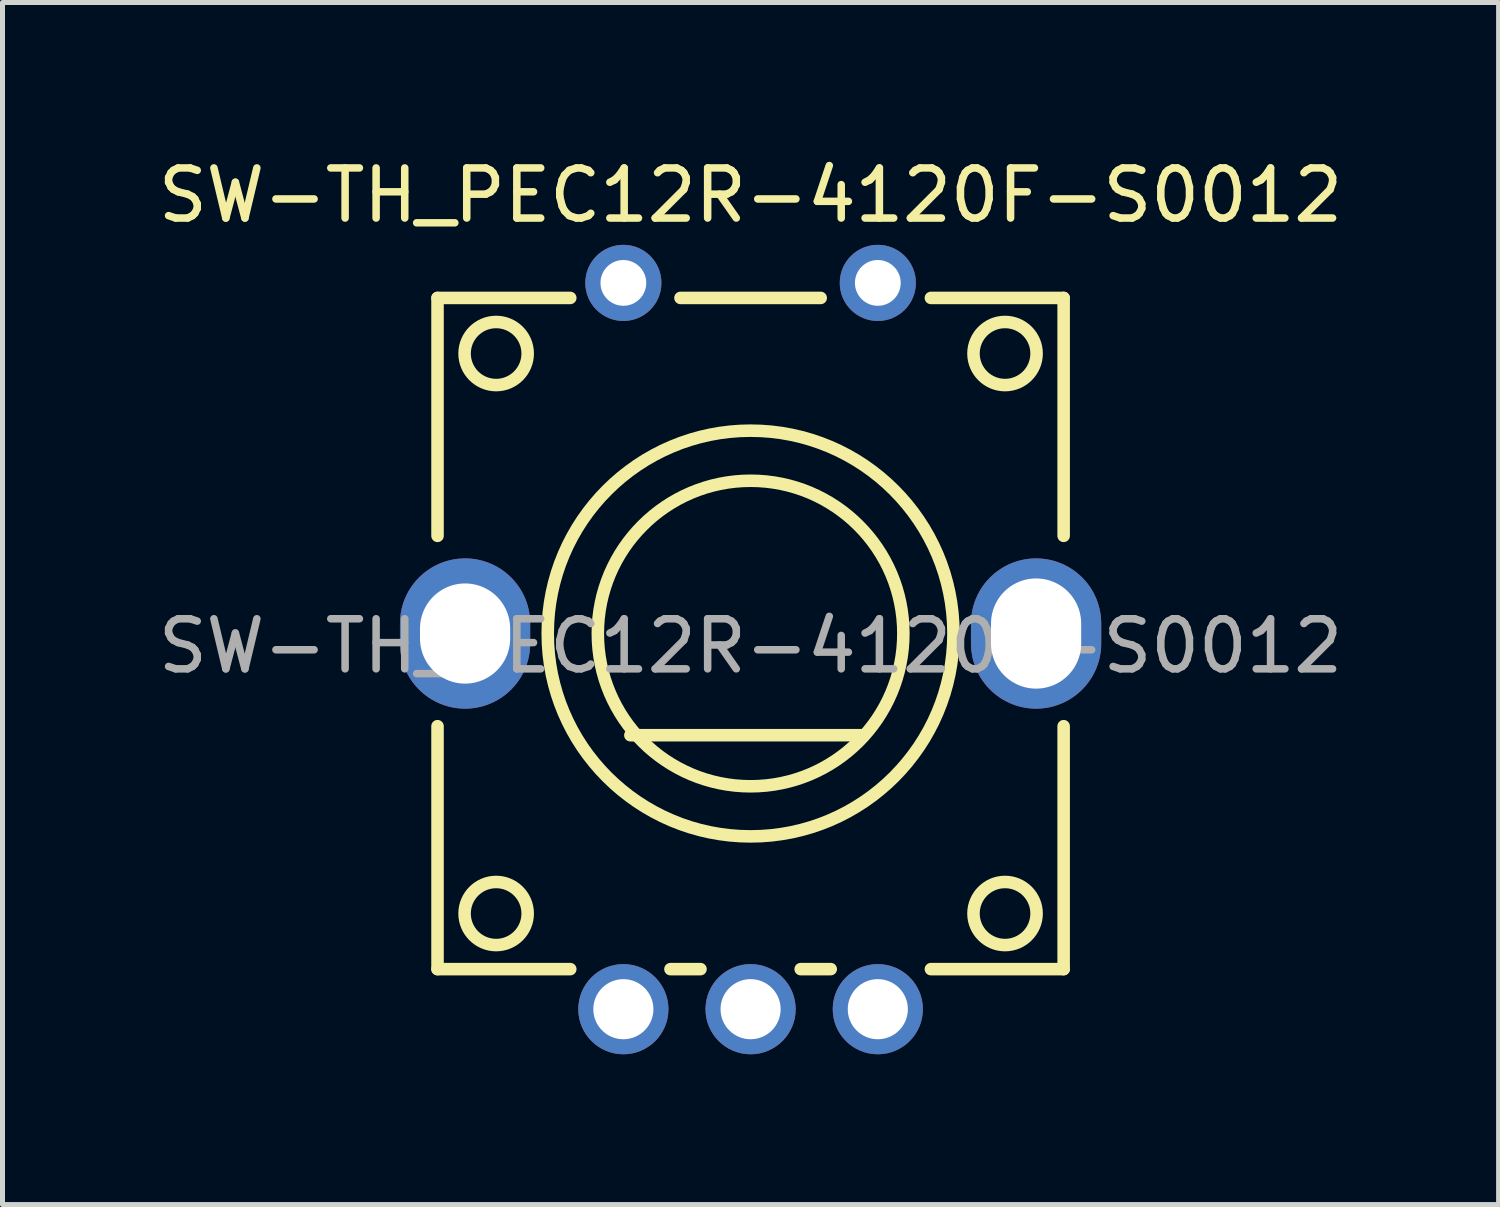
<source format=kicad_pcb>
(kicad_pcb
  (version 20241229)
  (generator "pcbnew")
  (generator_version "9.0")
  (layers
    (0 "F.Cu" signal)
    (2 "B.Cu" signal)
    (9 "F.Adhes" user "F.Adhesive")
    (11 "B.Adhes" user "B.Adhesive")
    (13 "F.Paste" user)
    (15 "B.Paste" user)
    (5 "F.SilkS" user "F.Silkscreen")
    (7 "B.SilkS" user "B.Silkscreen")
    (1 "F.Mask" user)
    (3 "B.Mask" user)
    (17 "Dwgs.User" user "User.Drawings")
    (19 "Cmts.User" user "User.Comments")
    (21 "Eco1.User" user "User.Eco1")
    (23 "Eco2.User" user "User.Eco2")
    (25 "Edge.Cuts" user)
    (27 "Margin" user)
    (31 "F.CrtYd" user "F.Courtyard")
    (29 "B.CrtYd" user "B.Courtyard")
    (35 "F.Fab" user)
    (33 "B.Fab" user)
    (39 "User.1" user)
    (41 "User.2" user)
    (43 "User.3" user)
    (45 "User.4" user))
  (footprint "SW-TH_PEC12R-4120F-S0012"
    (layer "F.Cu")
    (at 11.935 9.848)
    (property "Reference" "SW-TH_PEC12R-4120F-S0012" (at 0 -9 0) (layer "F.SilkS") (effects (font (size 1 1) (thickness 0.15))))
    (attr through_hole)
    (fp_line (start -6.25 -6.95) (end -6.25 -2.2) (stroke (width 0.25) (type solid)) (layer "F.SilkS"))
    (fp_line (start -6.25 -6.95) (end -3.6 -6.95) (stroke (width 0.25) (type solid)) (layer "F.SilkS"))
    (fp_line (start -6.25 1.6) (end -6.25 6.45) (stroke (width 0.25) (type solid)) (layer "F.SilkS"))
    (fp_line (start -6.25 6.45) (end -3.6 6.45) (stroke (width 0.25) (type solid)) (layer "F.SilkS"))
    (fp_line (start -2.4 1.78) (end 2.2 1.78) (stroke (width 0.25) (type solid)) (layer "F.SilkS"))
    (fp_line (start -1.6 6.45) (end -1 6.45) (stroke (width 0.25) (type solid)) (layer "F.SilkS"))
    (fp_line (start -1.4 -6.95) (end 1.4 -6.95) (stroke (width 0.25) (type solid)) (layer "F.SilkS"))
    (fp_line (start 1 6.45) (end 1.6 6.45) (stroke (width 0.25) (type solid)) (layer "F.SilkS"))
    (fp_line (start 3.6 -6.95) (end 6.25 -6.95) (stroke (width 0.25) (type solid)) (layer "F.SilkS"))
    (fp_line (start 3.6 6.45) (end 6.25 6.45) (stroke (width 0.25) (type solid)) (layer "F.SilkS"))
    (fp_line (start 6.25 -6.95) (end 6.25 -2.2) (stroke (width 0.25) (type solid)) (layer "F.SilkS"))
    (fp_line (start 6.25 1.6) (end 6.25 6.45) (stroke (width 0.25) (type solid)) (layer "F.SilkS"))
    (fp_circle (center -5.08 -5.84) (end -4.45 -5.84) (stroke (width 0.25) (type solid)) (fill no) (layer "F.SilkS"))
    (fp_circle (center -5.08 5.34) (end -4.45 5.34) (stroke (width 0.25) (type solid)) (fill no) (layer "F.SilkS"))
    (fp_circle (center 0 -0.25) (end 3.05 -0.25) (stroke (width 0.25) (type solid)) (fill no) (layer "F.SilkS"))
    (fp_circle (center 0 -0.25) (end 4.05 -0.25) (stroke (width 0.25) (type solid)) (fill no) (layer "F.SilkS"))
    (fp_circle (center 5.08 -5.84) (end 5.71 -5.84) (stroke (width 0.25) (type solid)) (fill no) (layer "F.SilkS"))
    (fp_circle (center 5.08 5.34) (end 5.71 5.34) (stroke (width 0.25) (type solid)) (fill no) (layer "F.SilkS"))
    (fp_circle (center -2.54 -7.25) (end -2.36 -7.25) (stroke (width 0.36) (type solid)) (fill no) (layer "F.Fab"))
    (fp_circle (center -2.54 7.25) (end -2.29 7.25) (stroke (width 0.5) (type solid)) (fill no) (layer "F.Fab"))
    (fp_circle (center 0 7.25) (end 0.25 7.25) (stroke (width 0.5) (type solid)) (fill no) (layer "F.Fab"))
    (fp_circle (center 2.54 -7.25) (end 2.72 -7.25) (stroke (width 0.36) (type solid)) (fill no) (layer "F.Fab"))
    (fp_circle (center 2.54 7.25) (end 2.79 7.25) (stroke (width 0.5) (type solid)) (fill no) (layer "F.Fab"))
    (fp_text user "${REFERENCE}" (at 0 0 0) (layer "F.Fab") (effects (font (size 1 1) (thickness 0.15))))
    (pad "1" thru_hole circle (at -2.54 -7.25) (size 1.52 1.52) (drill 0.914) (layers "*.Cu" "*.Mask"))
    (pad "2" thru_hole circle (at 2.54 -7.25) (size 1.52 1.52) (drill 0.914) (layers "*.Cu" "*.Mask"))
    (pad "3" thru_hole oval (at 5.7 -0.25) (size 2.6 3) (drill oval 1.8 2.2) (layers "*.Cu" "*.Mask"))
    (pad "4" thru_hole oval (at -5.7 -0.25 180) (size 2.6 3) (drill oval 1.8 2) (layers "*.Cu" "*.Mask"))
    (pad "A" thru_hole circle (at -2.54 7.25) (size 1.8 1.8) (drill 1.2) (layers "*.Cu" "*.Mask"))
    (pad "B" thru_hole circle (at 2.54 7.25) (size 1.8 1.8) (drill 1.2) (layers "*.Cu" "*.Mask"))
    (pad "C" thru_hole circle (at 0 7.25) (size 1.8 1.8) (drill 1.2) (layers "*.Cu" "*.Mask")))
  (gr_rect
    (start -3 -3)
    (end 26.869 20.998)
    (stroke (width 0.1) (type default))
    (fill no)
    (layer "Edge.Cuts")))
</source>
